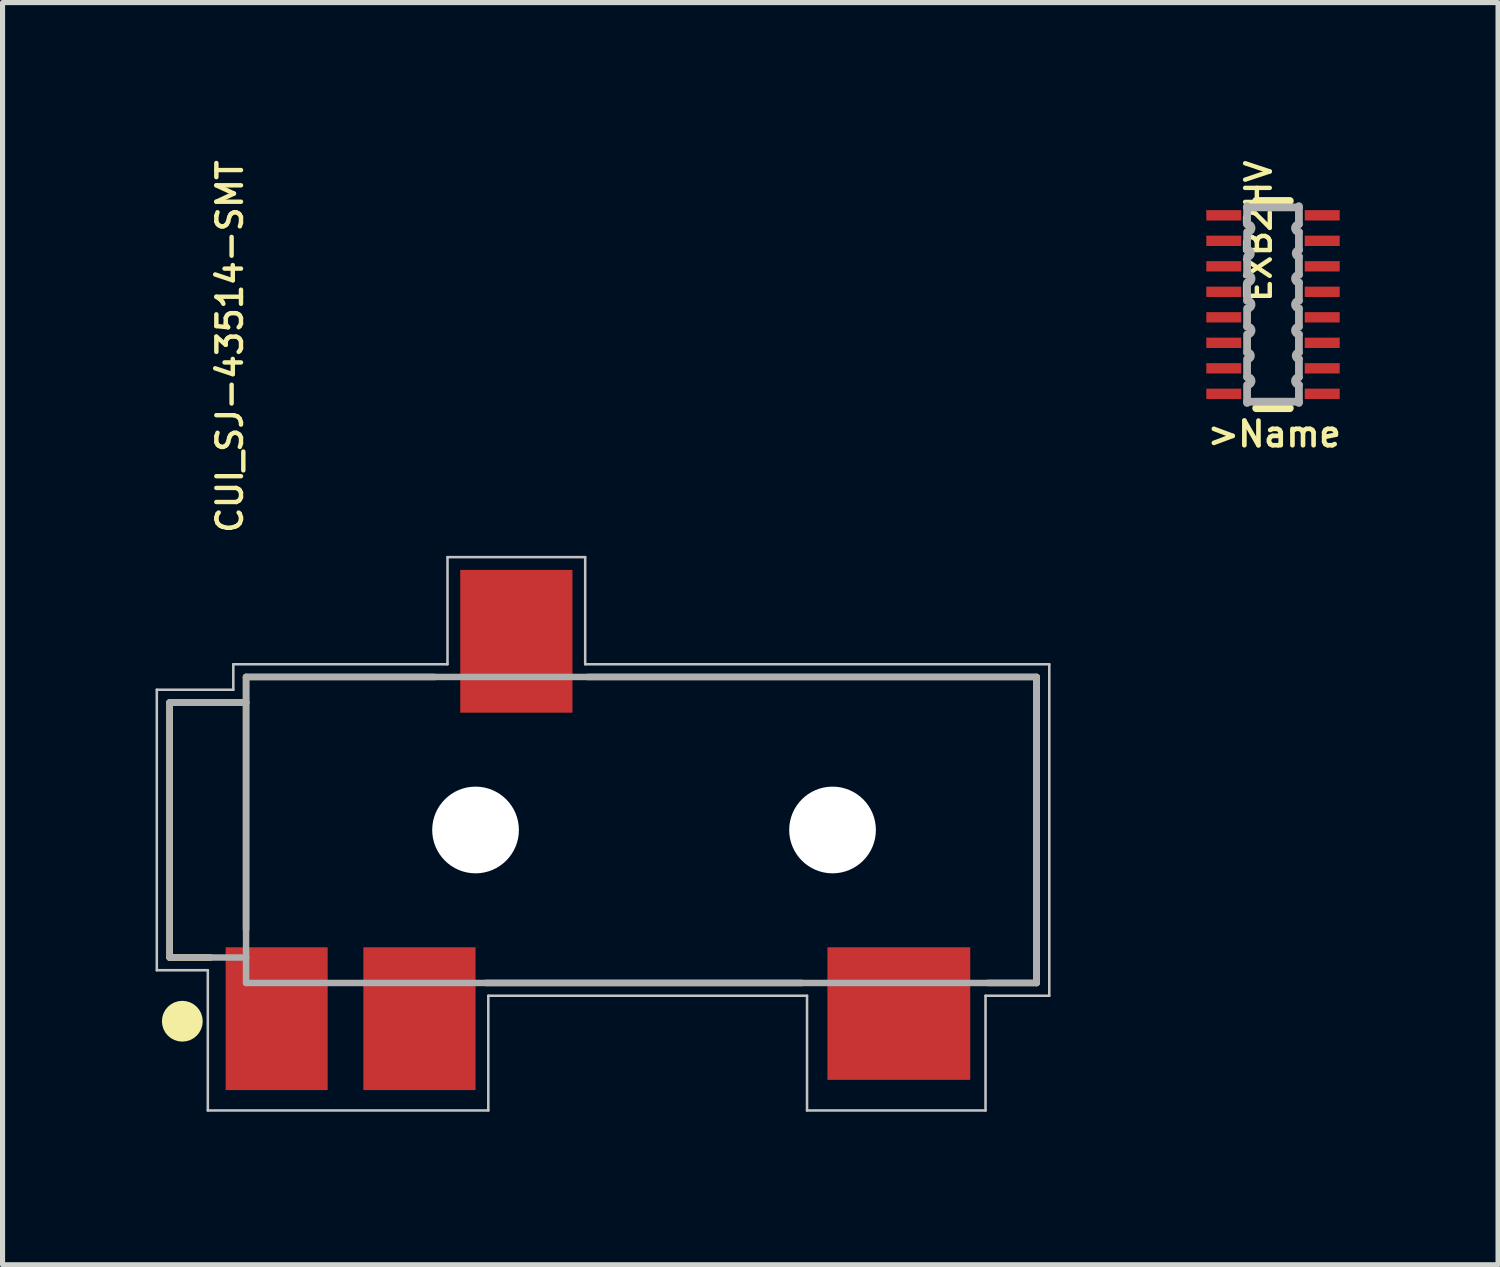
<source format=kicad_pcb>
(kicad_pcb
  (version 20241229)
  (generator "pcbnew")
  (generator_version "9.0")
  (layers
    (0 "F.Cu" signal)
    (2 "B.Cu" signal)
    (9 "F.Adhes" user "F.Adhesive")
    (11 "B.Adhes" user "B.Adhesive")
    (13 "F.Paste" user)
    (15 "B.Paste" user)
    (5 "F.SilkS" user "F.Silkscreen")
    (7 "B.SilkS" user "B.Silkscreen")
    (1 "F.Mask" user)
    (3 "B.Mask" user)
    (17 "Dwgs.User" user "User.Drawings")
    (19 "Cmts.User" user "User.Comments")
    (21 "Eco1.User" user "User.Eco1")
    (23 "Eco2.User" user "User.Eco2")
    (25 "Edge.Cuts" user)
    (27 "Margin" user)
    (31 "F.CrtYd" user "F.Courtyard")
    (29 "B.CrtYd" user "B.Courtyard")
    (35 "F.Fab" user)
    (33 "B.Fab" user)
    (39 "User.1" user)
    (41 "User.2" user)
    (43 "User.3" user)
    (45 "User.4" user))
  (footprint "CUI_SJ-43514-SMT"
    (layer "F.Cu")
    (at 9.525 13.225)
    (property "Reference" "CUI_SJ-43514-SMT" (at -7.786 -5.776 270) (layer "F.SilkS") (effects (font (size 0.483 0.483) (thickness 0.087)) (justify left bottom)))
    (attr through_hole)
    (fp_line (start -9.25 -2.5) (end -9.25 2.5) (stroke (width 0.127) (type solid)) (layer "F.SilkS"))
    (fp_line (start -9.25 2.5) (end -8.45 2.5) (stroke (width 0.127) (type solid)) (layer "F.SilkS"))
    (fp_line (start -7.75 -3) (end -7.75 -2.5) (stroke (width 0.127) (type solid)) (layer "F.SilkS"))
    (fp_line (start -7.75 -2.5) (end -9.25 -2.5) (stroke (width 0.127) (type solid)) (layer "F.SilkS"))
    (fp_line (start -7.75 -2.5) (end -7.75 1.95) (stroke (width 0.127) (type solid)) (layer "F.SilkS"))
    (fp_line (start -4.05 -3) (end -7.75 -3) (stroke (width 0.127) (type solid)) (layer "F.SilkS"))
    (fp_line (start -3.05 3) (end 3.15 3) (stroke (width 0.127) (type solid)) (layer "F.SilkS"))
    (fp_line (start 6.8 3) (end 7.75 3) (stroke (width 0.127) (type solid)) (layer "F.SilkS"))
    (fp_line (start 7.75 -3) (end -1.05 -3) (stroke (width 0.127) (type solid)) (layer "F.SilkS"))
    (fp_line (start 7.75 -3) (end 7.75 3) (stroke (width 0.127) (type solid)) (layer "F.SilkS"))
    (fp_circle (center -9 3.75) (end -8.8 3.75) (stroke (width 0.4) (type solid)) (fill no) (layer "F.SilkS"))
    (fp_line (start -9.5 -2.75) (end -8 -2.75) (stroke (width 0.05) (type solid)) (layer "Dwgs.User"))
    (fp_line (start -9.5 2.75) (end -9.5 -2.75) (stroke (width 0.05) (type solid)) (layer "Dwgs.User"))
    (fp_line (start -8.5 2.75) (end -9.5 2.75) (stroke (width 0.05) (type solid)) (layer "Dwgs.User"))
    (fp_line (start -8.5 5.5) (end -8.5 2.75) (stroke (width 0.05) (type solid)) (layer "Dwgs.User"))
    (fp_line (start -8 -3.25) (end -3.8 -3.25) (stroke (width 0.05) (type solid)) (layer "Dwgs.User"))
    (fp_line (start -8 -2.75) (end -8 -3.25) (stroke (width 0.05) (type solid)) (layer "Dwgs.User"))
    (fp_line (start -3.8 -5.35) (end -1.1 -5.35) (stroke (width 0.05) (type solid)) (layer "Dwgs.User"))
    (fp_line (start -3.8 -3.25) (end -3.8 -5.35) (stroke (width 0.05) (type solid)) (layer "Dwgs.User"))
    (fp_line (start -3 3.25) (end -3 5.5) (stroke (width 0.05) (type solid)) (layer "Dwgs.User"))
    (fp_line (start -3 5.5) (end -8.5 5.5) (stroke (width 0.05) (type solid)) (layer "Dwgs.User"))
    (fp_line (start -1.1 -5.35) (end -1.1 -3.25) (stroke (width 0.05) (type solid)) (layer "Dwgs.User"))
    (fp_line (start -1.1 -3.25) (end 8 -3.25) (stroke (width 0.05) (type solid)) (layer "Dwgs.User"))
    (fp_line (start 3.25 3.25) (end -3 3.25) (stroke (width 0.05) (type solid)) (layer "Dwgs.User"))
    (fp_line (start 3.25 5.5) (end 3.25 3.25) (stroke (width 0.05) (type solid)) (layer "Dwgs.User"))
    (fp_line (start 6.75 3.25) (end 6.75 5.5) (stroke (width 0.05) (type solid)) (layer "Dwgs.User"))
    (fp_line (start 6.75 5.5) (end 3.25 5.5) (stroke (width 0.05) (type solid)) (layer "Dwgs.User"))
    (fp_line (start 8 -3.25) (end 8 3.25) (stroke (width 0.05) (type solid)) (layer "Dwgs.User"))
    (fp_line (start 8 3.25) (end 6.75 3.25) (stroke (width 0.05) (type solid)) (layer "Dwgs.User"))
    (fp_line (start -9.25 -2.5) (end -9.25 2.5) (stroke (width 0.127) (type solid)) (layer "F.Fab"))
    (fp_line (start -9.25 2.5) (end -7.75 2.5) (stroke (width 0.127) (type solid)) (layer "F.Fab"))
    (fp_line (start -7.75 -3) (end -7.75 -2.5) (stroke (width 0.127) (type solid)) (layer "F.Fab"))
    (fp_line (start -7.75 -2.5) (end -9.25 -2.5) (stroke (width 0.127) (type solid)) (layer "F.Fab"))
    (fp_line (start -7.75 -2.5) (end -7.75 2.5) (stroke (width 0.127) (type solid)) (layer "F.Fab"))
    (fp_line (start -7.75 2.5) (end -7.75 3) (stroke (width 0.127) (type solid)) (layer "F.Fab"))
    (fp_line (start -7.75 3) (end 7.75 3) (stroke (width 0.127) (type solid)) (layer "F.Fab"))
    (fp_line (start 7.75 -3) (end -7.75 -3) (stroke (width 0.127) (type solid)) (layer "F.Fab"))
    (fp_line (start 7.75 3) (end 7.75 -3) (stroke (width 0.127) (type solid)) (layer "F.Fab"))
    (pad "" np_thru_hole circle (at -3.25 0) (size 1.7 1.7) (drill 1.7) (layers "*.Cu" "*.Mask"))
    (pad "" np_thru_hole circle (at 3.75 0) (size 1.7 1.7) (drill 1.7) (layers "*.Cu" "*.Mask"))
    (pad "1" smd rect (at -7.15 3.7 180) (size 2 2.8) (layers "F.Cu" "F.Mask" "F.Paste"))
    (pad "2" smd rect (at 5.05 3.6 180) (size 2.8 2.6) (layers "F.Cu" "F.Mask" "F.Paste"))
    (pad "3" smd rect (at -2.45 -3.7 180) (size 2.2 2.8) (layers "F.Cu" "F.Mask" "F.Paste"))
    (pad "4" smd rect (at -4.35 3.7 180) (size 2.2 2.8) (layers "F.Cu" "F.Mask" "F.Paste")))
  (footprint "EXB2HV"
    (layer "F.Cu")
    (at 21.912 2.922)
    (property "Reference" "EXB2HV" (at 0 0 90) (layer "F.SilkS") (effects (font (size 0.483 0.483) (thickness 0.087)) (justify left bottom)))
    (attr through_hole)
    (fp_line (start -0.33 2.032) (end 0.33 2.032) (stroke (width 0.152) (type solid)) (layer "F.SilkS"))
    (fp_line (start 0.33 -2.032) (end -0.33 -2.032) (stroke (width 0.152) (type solid)) (layer "F.SilkS"))
    (fp_line (start -0.508 -1.905) (end -0.508 -1.93) (stroke (width 0.152) (type solid)) (layer "F.Fab"))
    (fp_line (start -0.508 -1.905) (end -0.508 -1.575) (stroke (width 0.152) (type solid)) (layer "F.Fab"))
    (fp_line (start -0.508 -1.422) (end -0.508 -1.067) (stroke (width 0.152) (type solid)) (layer "F.Fab"))
    (fp_line (start -0.508 -0.94) (end -0.508 -0.584) (stroke (width 0.152) (type solid)) (layer "F.Fab"))
    (fp_line (start -0.508 -0.432) (end -0.508 -0.076) (stroke (width 0.152) (type solid)) (layer "F.Fab"))
    (fp_line (start -0.508 0.076) (end -0.508 0.432) (stroke (width 0.152) (type solid)) (layer "F.Fab"))
    (fp_line (start -0.508 0.584) (end -0.508 0.94) (stroke (width 0.152) (type solid)) (layer "F.Fab"))
    (fp_line (start -0.508 1.067) (end -0.508 1.422) (stroke (width 0.152) (type solid)) (layer "F.Fab"))
    (fp_line (start -0.508 1.575) (end -0.508 1.905) (stroke (width 0.152) (type solid)) (layer "F.Fab"))
    (fp_line (start -0.508 1.905) (end 0.508 1.905) (stroke (width 0.152) (type solid)) (layer "F.Fab"))
    (fp_line (start -0.508 1.93) (end -0.508 1.905) (stroke (width 0.152) (type solid)) (layer "F.Fab"))
    (fp_line (start 0.508 -1.905) (end -0.508 -1.905) (stroke (width 0.152) (type solid)) (layer "F.Fab"))
    (fp_line (start 0.508 -1.905) (end 0.508 -1.93) (stroke (width 0.152) (type solid)) (layer "F.Fab"))
    (fp_line (start 0.508 -1.905) (end 0.508 -1.575) (stroke (width 0.152) (type solid)) (layer "F.Fab"))
    (fp_line (start 0.508 -1.422) (end 0.508 -1.067) (stroke (width 0.152) (type solid)) (layer "F.Fab"))
    (fp_line (start 0.508 -0.94) (end 0.508 -0.584) (stroke (width 0.152) (type solid)) (layer "F.Fab"))
    (fp_line (start 0.508 -0.432) (end 0.508 -0.076) (stroke (width 0.152) (type solid)) (layer "F.Fab"))
    (fp_line (start 0.508 0.076) (end 0.508 0.432) (stroke (width 0.152) (type solid)) (layer "F.Fab"))
    (fp_line (start 0.508 0.584) (end 0.508 0.94) (stroke (width 0.152) (type solid)) (layer "F.Fab"))
    (fp_line (start 0.508 1.067) (end 0.508 1.422) (stroke (width 0.152) (type solid)) (layer "F.Fab"))
    (fp_line (start 0.508 1.575) (end 0.508 1.905) (stroke (width 0.152) (type solid)) (layer "F.Fab"))
    (fp_line (start 0.508 1.93) (end 0.508 1.905) (stroke (width 0.152) (type solid)) (layer "F.Fab"))
    (fp_arc (start -0.508 -1.5748) (mid -0.4191 -1.5113) (end -0.4826 -1.4224) (stroke (width 0.1524) (type solid)) (layer "F.Fab"))
    (fp_arc (start -0.508 -1.0668) (mid -0.4318 -1.016) (end -0.4826 -0.9398) (stroke (width 0.1524) (type solid)) (layer "F.Fab"))
    (fp_arc (start -0.508 -0.5842) (mid -0.4191 -0.5207) (end -0.4826 -0.4318) (stroke (width 0.1524) (type solid)) (layer "F.Fab"))
    (fp_arc (start -0.508 -0.0762) (mid -0.4191 -0.0127) (end -0.4826 0.0762) (stroke (width 0.1524) (type solid)) (layer "F.Fab"))
    (fp_arc (start -0.508 0.4318) (mid -0.4191 0.4953) (end -0.4826 0.5842) (stroke (width 0.1524) (type solid)) (layer "F.Fab"))
    (fp_arc (start -0.508 0.9398) (mid -0.4318 0.9906) (end -0.4826 1.0668) (stroke (width 0.1524) (type solid)) (layer "F.Fab"))
    (fp_arc (start -0.508 1.4224) (mid -0.4191 1.4859) (end -0.4826 1.5748) (stroke (width 0.1524) (type solid)) (layer "F.Fab"))
    (fp_arc (start 0.508 -1.4224) (mid 0.4318 -1.4986) (end 0.508 -1.5748) (stroke (width 0.1524) (type solid)) (layer "F.Fab"))
    (fp_arc (start 0.508 -0.9398) (mid 0.4445 -1.0033) (end 0.508 -1.0668) (stroke (width 0.1524) (type solid)) (layer "F.Fab"))
    (fp_arc (start 0.508 -0.4318) (mid 0.4318 -0.508) (end 0.508 -0.5842) (stroke (width 0.1524) (type solid)) (layer "F.Fab"))
    (fp_arc (start 0.508 0.0762) (mid 0.4318 0) (end 0.508 -0.0762) (stroke (width 0.1524) (type solid)) (layer "F.Fab"))
    (fp_arc (start 0.508 0.5842) (mid 0.4318 0.508) (end 0.508 0.4318) (stroke (width 0.1524) (type solid)) (layer "F.Fab"))
    (fp_arc (start 0.508 1.0668) (mid 0.4445 1.0033) (end 0.508 0.9398) (stroke (width 0.1524) (type solid)) (layer "F.Fab"))
    (fp_arc (start 0.508 1.5748) (mid 0.4318 1.4986) (end 0.508 1.4224) (stroke (width 0.1524) (type solid)) (layer "F.Fab"))
    (fp_text user ">Name" (at 0.025 2.54 0) (layer "F.SilkS") (effects (font (size 0.483 0.483) (thickness 0.091))))
    (pad "1" smd rect (at -0.965 -1.75) (size 0.686 0.203) (layers "F.Cu" "F.Mask" "F.Paste"))
    (pad "2" smd rect (at -0.965 -1.25) (size 0.686 0.203) (layers "F.Cu" "F.Mask" "F.Paste"))
    (pad "3" smd rect (at -0.965 -0.75) (size 0.686 0.203) (layers "F.Cu" "F.Mask" "F.Paste"))
    (pad "4" smd rect (at -0.965 -0.25) (size 0.686 0.203) (layers "F.Cu" "F.Mask" "F.Paste"))
    (pad "5" smd rect (at -0.965 0.25) (size 0.686 0.203) (layers "F.Cu" "F.Mask" "F.Paste"))
    (pad "6" smd rect (at -0.965 0.75) (size 0.686 0.203) (layers "F.Cu" "F.Mask" "F.Paste"))
    (pad "7" smd rect (at -0.965 1.25) (size 0.686 0.203) (layers "F.Cu" "F.Mask" "F.Paste"))
    (pad "8" smd rect (at -0.965 1.75) (size 0.686 0.203) (layers "F.Cu" "F.Mask" "F.Paste"))
    (pad "9" smd rect (at 0.965 1.75 180) (size 0.686 0.203) (layers "F.Cu" "F.Mask" "F.Paste"))
    (pad "10" smd rect (at 0.965 1.25 180) (size 0.686 0.203) (layers "F.Cu" "F.Mask" "F.Paste"))
    (pad "11" smd rect (at 0.965 0.75 180) (size 0.686 0.203) (layers "F.Cu" "F.Mask" "F.Paste"))
    (pad "12" smd rect (at 0.965 0.25 180) (size 0.686 0.203) (layers "F.Cu" "F.Mask" "F.Paste"))
    (pad "13" smd rect (at 0.965 -0.25 180) (size 0.686 0.203) (layers "F.Cu" "F.Mask" "F.Paste"))
    (pad "14" smd rect (at 0.965 -0.75 180) (size 0.686 0.203) (layers "F.Cu" "F.Mask" "F.Paste"))
    (pad "15" smd rect (at 0.965 -1.25 180) (size 0.686 0.203) (layers "F.Cu" "F.Mask" "F.Paste"))
    (pad "16" smd rect (at 0.965 -1.75 180) (size 0.686 0.203) (layers "F.Cu" "F.Mask" "F.Paste")))
  (gr_rect
    (start -3 -3)
    (end 26.325 21.75)
    (stroke (width 0.1) (type default))
    (fill no)
    (layer "Edge.Cuts")))
</source>
